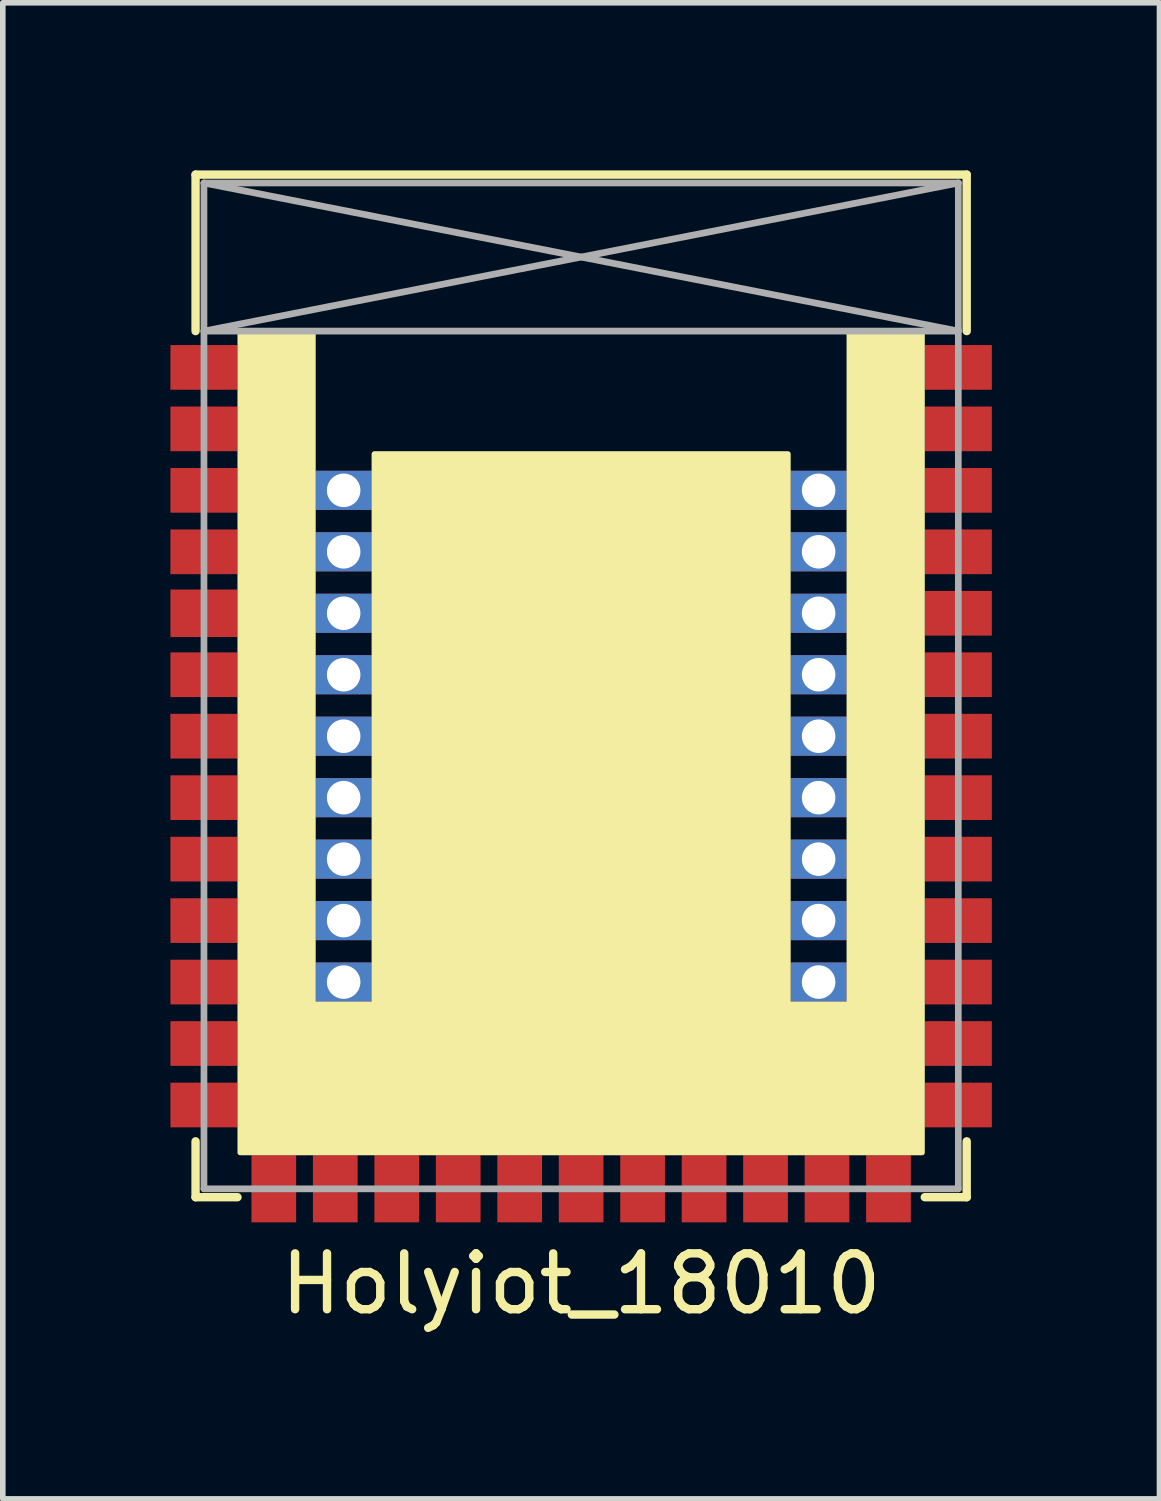
<source format=kicad_pcb>
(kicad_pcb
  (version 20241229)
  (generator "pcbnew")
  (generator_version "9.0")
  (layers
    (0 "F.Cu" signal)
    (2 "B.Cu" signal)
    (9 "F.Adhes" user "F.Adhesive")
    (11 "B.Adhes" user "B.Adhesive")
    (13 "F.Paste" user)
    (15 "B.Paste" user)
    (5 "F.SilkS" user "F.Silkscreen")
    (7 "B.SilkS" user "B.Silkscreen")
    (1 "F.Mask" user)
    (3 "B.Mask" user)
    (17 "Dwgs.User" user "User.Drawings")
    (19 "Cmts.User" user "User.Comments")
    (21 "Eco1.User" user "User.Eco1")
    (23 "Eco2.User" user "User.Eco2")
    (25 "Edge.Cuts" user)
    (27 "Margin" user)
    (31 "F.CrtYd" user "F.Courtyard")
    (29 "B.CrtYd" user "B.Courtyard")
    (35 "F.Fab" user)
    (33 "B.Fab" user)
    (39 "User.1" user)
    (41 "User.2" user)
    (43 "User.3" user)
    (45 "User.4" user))
  (footprint "Holyiot_18010"
    (layer "F.Cu")
    (at 7.35 9.225)
    (property "Reference" "Holyiot_18010" (at 0 10.7 0) (layer "F.SilkS") (effects (font (size 1 1) (thickness 0.15))))
    (attr through_hole)
    (fp_line (start -6.9 -9.15) (end 6.9 -9.15) (stroke (width 0.15) (type solid)) (layer "F.SilkS"))
    (fp_line (start -6.9 -6.35) (end -6.9 -9.15) (stroke (width 0.15) (type solid)) (layer "F.SilkS"))
    (fp_line (start -6.9 8.15) (end -6.9 9.15) (stroke (width 0.15) (type solid)) (layer "F.SilkS"))
    (fp_line (start -6.9 9.15) (end -6.15 9.15) (stroke (width 0.15) (type solid)) (layer "F.SilkS"))
    (fp_line (start 6.15 9.15) (end 6.9 9.15) (stroke (width 0.15) (type solid)) (layer "F.SilkS"))
    (fp_line (start 6.9 -9.15) (end 6.9 -6.35) (stroke (width 0.15) (type solid)) (layer "F.SilkS"))
    (fp_line (start 6.9 8.15) (end 6.9 9.15) (stroke (width 0.15) (type solid)) (layer "F.SilkS"))
    (fp_poly (pts (xy -4.8 5.7) (xy -3.7 5.7) (xy -3.7 -4.15) (xy 3.7 -4.15) (xy 3.7 5.7) (xy 4.8 5.7) (xy 4.8 -6.3) (xy 6.1 -6.3) (xy 6.1 8.35) (xy -6.1 8.35) (xy -6.1 -6.3) (xy -4.8 -6.3)) (stroke (width 0.1) (type solid)) (fill yes) (layer "F.SilkS"))
    (fp_line (start -6.75 -9) (end -6.75 9) (stroke (width 0.12) (type solid)) (layer "F.Fab"))
    (fp_line (start -6.75 -9) (end 6.75 -9) (stroke (width 0.12) (type solid)) (layer "F.Fab"))
    (fp_line (start -6.75 -6.35) (end 6.75 -9) (stroke (width 0.12) (type solid)) (layer "F.Fab"))
    (fp_line (start -6.75 -6.35) (end 6.75 -6.35) (stroke (width 0.12) (type solid)) (layer "F.Fab"))
    (fp_line (start -6.75 9) (end 6.75 9) (stroke (width 0.12) (type solid)) (layer "F.Fab"))
    (fp_line (start 6.75 -9) (end 6.75 9) (stroke (width 0.12) (type solid)) (layer "F.Fab"))
    (fp_line (start 6.75 -6.35) (end -6.75 -9) (stroke (width 0.12) (type solid)) (layer "F.Fab"))
    (pad "1" smd rect (at -6.75 -5.7) (size 1.2 0.8) (layers "F.Cu" "F.Mask" "F.Paste"))
    (pad "2" smd rect (at -6.75 -4.6) (size 1.2 0.8) (layers "F.Cu" "F.Mask" "F.Paste"))
    (pad "3" smd rect (at -6.75 -3.5) (size 1.2 0.8) (layers "F.Cu" "F.Mask" "F.Paste"))
    (pad "4" smd rect (at -6.75 -2.4) (size 1.2 0.8) (layers "F.Cu" "F.Mask" "F.Paste"))
    (pad "5" smd rect (at -6.75 -1.3) (size 1.2 0.85) (layers "F.Cu" "F.Mask" "F.Paste"))
    (pad "6" smd rect (at -6.75 -0.2) (size 1.2 0.8) (layers "F.Cu" "F.Mask" "F.Paste"))
    (pad "7" smd rect (at -6.75 0.9) (size 1.2 0.8) (layers "F.Cu" "F.Mask" "F.Paste"))
    (pad "8" smd rect (at -6.75 2) (size 1.2 0.8) (layers "F.Cu" "F.Mask" "F.Paste"))
    (pad "9" smd rect (at -6.75 3.1) (size 1.2 0.8) (layers "F.Cu" "F.Mask" "F.Paste"))
    (pad "10" smd rect (at -6.75 4.2) (size 1.2 0.8) (layers "F.Cu" "F.Mask" "F.Paste"))
    (pad "11" smd rect (at -6.75 5.3) (size 1.2 0.8) (layers "F.Cu" "F.Mask" "F.Paste"))
    (pad "12" smd rect (at -6.75 6.4) (size 1.2 0.8) (layers "F.Cu" "F.Mask" "F.Paste"))
    (pad "13" smd rect (at -6.75 7.5) (size 1.2 0.8) (layers "F.Cu" "F.Mask" "F.Paste"))
    (pad "14" thru_hole rect (at -4.25 -3.5) (size 1 0.7) (drill 0.6) (layers "*.Cu" "*.Mask"))
    (pad "15" thru_hole rect (at -4.25 -2.4) (size 1 0.7) (drill 0.6) (layers "*.Cu" "*.Mask"))
    (pad "16" thru_hole rect (at -4.25 -1.3) (size 1 0.7) (drill 0.6) (layers "*.Cu" "*.Mask"))
    (pad "17" thru_hole rect (at -4.25 -0.2) (size 1 0.7) (drill 0.6) (layers "*.Cu" "*.Mask"))
    (pad "18" thru_hole rect (at -4.25 0.9) (size 1 0.7) (drill 0.6) (layers "*.Cu" "*.Mask"))
    (pad "19" thru_hole rect (at -4.25 2) (size 1 0.7) (drill 0.6) (layers "*.Cu" "*.Mask"))
    (pad "20" thru_hole rect (at -4.25 3.1) (size 1 0.7) (drill 0.6) (layers "*.Cu" "*.Mask"))
    (pad "21" thru_hole rect (at -4.25 4.2) (size 1 0.7) (drill 0.6) (layers "*.Cu" "*.Mask"))
    (pad "22" thru_hole rect (at -4.25 5.3) (size 1 0.7) (drill 0.6) (layers "*.Cu" "*.Mask"))
    (pad "23" thru_hole rect (at 4.25 -3.5) (size 1 0.7) (drill 0.6) (layers "*.Cu" "*.Mask"))
    (pad "24" thru_hole rect (at 4.25 -2.4) (size 1 0.7) (drill 0.6) (layers "*.Cu" "*.Mask"))
    (pad "25" thru_hole rect (at 4.25 -1.3) (size 1 0.7) (drill 0.6) (layers "*.Cu" "*.Mask"))
    (pad "26" thru_hole rect (at 4.25 -0.2) (size 1 0.7) (drill 0.6) (layers "*.Cu" "*.Mask"))
    (pad "27" thru_hole rect (at 4.25 0.9) (size 1 0.7) (drill 0.6) (layers "*.Cu" "*.Mask"))
    (pad "28" thru_hole rect (at 4.25 2) (size 1 0.7) (drill 0.6) (layers "*.Cu" "*.Mask"))
    (pad "29" thru_hole rect (at 4.25 3.1) (size 1 0.7) (drill 0.6) (layers "*.Cu" "*.Mask"))
    (pad "30" thru_hole rect (at 4.25 4.2) (size 1 0.7) (drill 0.6) (layers "*.Cu" "*.Mask"))
    (pad "31" thru_hole rect (at 4.25 5.3) (size 1 0.7) (drill 0.6) (layers "*.Cu" "*.Mask"))
    (pad "32" smd rect (at 6.75 -5.7) (size 1.2 0.8) (layers "F.Cu" "F.Mask" "F.Paste"))
    (pad "33" smd rect (at 6.75 -4.6) (size 1.2 0.8) (layers "F.Cu" "F.Mask" "F.Paste"))
    (pad "34" smd rect (at 6.75 -3.5) (size 1.2 0.8) (layers "F.Cu" "F.Mask" "F.Paste"))
    (pad "35" smd rect (at 6.75 -2.4) (size 1.2 0.8) (layers "F.Cu" "F.Mask" "F.Paste"))
    (pad "36" smd rect (at 6.75 -1.3) (size 1.2 0.8) (layers "F.Cu" "F.Mask" "F.Paste"))
    (pad "37" smd rect (at 6.75 -0.2) (size 1.2 0.8) (layers "F.Cu" "F.Mask" "F.Paste"))
    (pad "38" smd rect (at 6.75 0.9) (size 1.2 0.8) (layers "F.Cu" "F.Mask" "F.Paste"))
    (pad "39" smd rect (at 6.75 2) (size 1.2 0.8) (layers "F.Cu" "F.Mask" "F.Paste"))
    (pad "40" smd rect (at 6.75 3.1) (size 1.2 0.8) (layers "F.Cu" "F.Mask" "F.Paste"))
    (pad "41" smd rect (at 6.75 4.2) (size 1.2 0.8) (layers "F.Cu" "F.Mask" "F.Paste"))
    (pad "42" smd rect (at 6.75 5.3) (size 1.2 0.8) (layers "F.Cu" "F.Mask" "F.Paste"))
    (pad "43" smd rect (at 6.75 6.4) (size 1.2 0.8) (layers "F.Cu" "F.Mask" "F.Paste"))
    (pad "44" smd rect (at 6.75 7.5) (size 1.2 0.8) (layers "F.Cu" "F.Mask" "F.Paste"))
    (pad "45" smd rect (at 5.5 9 90) (size 1.2 0.8) (layers "F.Cu" "F.Mask" "F.Paste"))
    (pad "46" smd rect (at 4.4 9 90) (size 1.2 0.8) (layers "F.Cu" "F.Mask" "F.Paste"))
    (pad "47" smd rect (at 3.3 9 90) (size 1.2 0.8) (layers "F.Cu" "F.Mask" "F.Paste"))
    (pad "48" smd rect (at 2.2 9 90) (size 1.2 0.8) (layers "F.Cu" "F.Mask" "F.Paste"))
    (pad "49" smd rect (at 1.1 9 90) (size 1.2 0.8) (layers "F.Cu" "F.Mask" "F.Paste"))
    (pad "50" smd rect (at 0 9 90) (size 1.2 0.8) (layers "F.Cu" "F.Mask" "F.Paste"))
    (pad "51" smd rect (at -1.1 9 90) (size 1.2 0.8) (layers "F.Cu" "F.Mask" "F.Paste"))
    (pad "52" smd rect (at -2.2 9 90) (size 1.2 0.8) (layers "F.Cu" "F.Mask" "F.Paste"))
    (pad "53" smd rect (at -3.3 9 90) (size 1.2 0.8) (layers "F.Cu" "F.Mask" "F.Paste"))
    (pad "54" smd rect (at -4.4 9 90) (size 1.2 0.8) (layers "F.Cu" "F.Mask" "F.Paste"))
    (pad "55" smd rect (at -5.5 9 90) (size 1.2 0.8) (layers "F.Cu" "F.Mask" "F.Paste")))
  (gr_rect
    (start -3 -3)
    (end 17.7 23.773)
    (stroke (width 0.1) (type default))
    (fill no)
    (layer "Edge.Cuts")))
</source>
